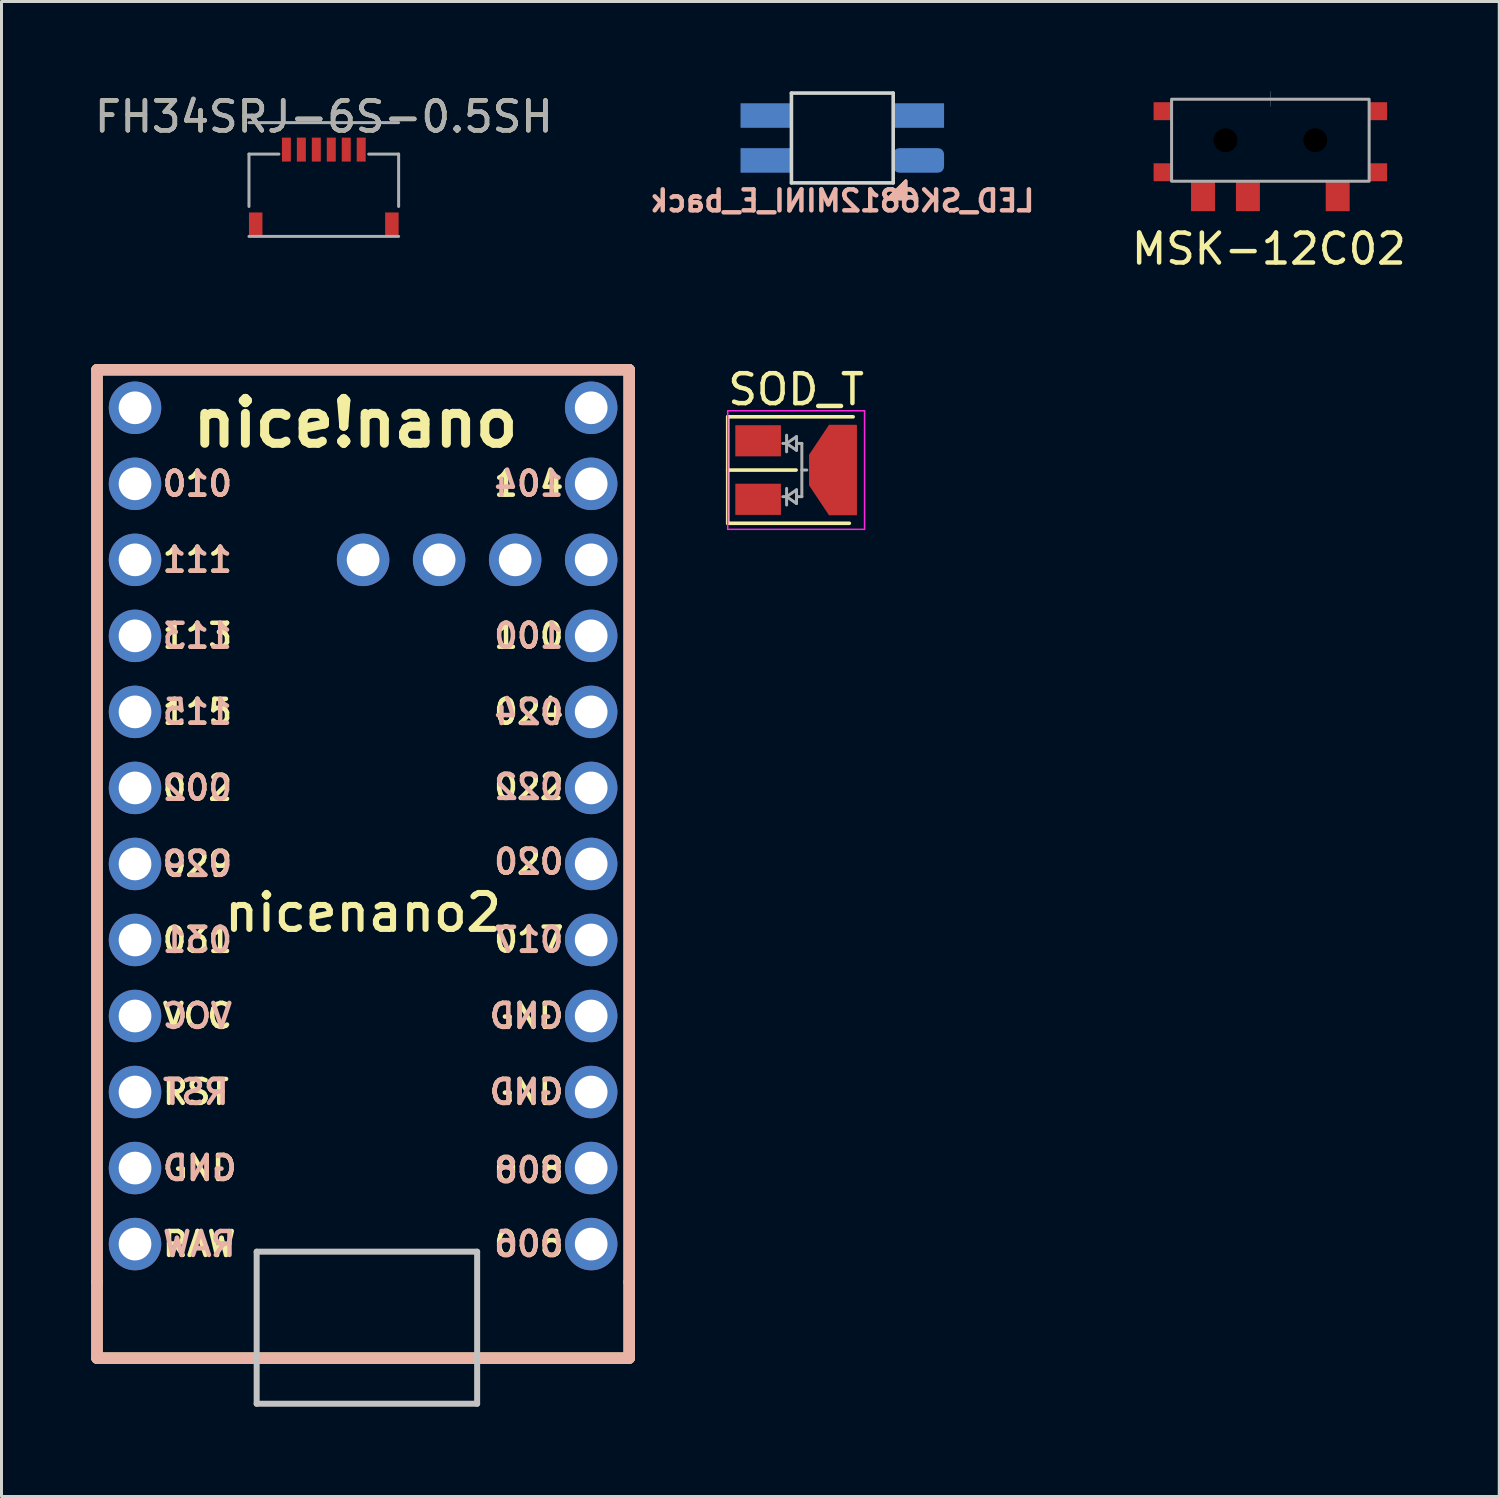
<source format=kicad_pcb>
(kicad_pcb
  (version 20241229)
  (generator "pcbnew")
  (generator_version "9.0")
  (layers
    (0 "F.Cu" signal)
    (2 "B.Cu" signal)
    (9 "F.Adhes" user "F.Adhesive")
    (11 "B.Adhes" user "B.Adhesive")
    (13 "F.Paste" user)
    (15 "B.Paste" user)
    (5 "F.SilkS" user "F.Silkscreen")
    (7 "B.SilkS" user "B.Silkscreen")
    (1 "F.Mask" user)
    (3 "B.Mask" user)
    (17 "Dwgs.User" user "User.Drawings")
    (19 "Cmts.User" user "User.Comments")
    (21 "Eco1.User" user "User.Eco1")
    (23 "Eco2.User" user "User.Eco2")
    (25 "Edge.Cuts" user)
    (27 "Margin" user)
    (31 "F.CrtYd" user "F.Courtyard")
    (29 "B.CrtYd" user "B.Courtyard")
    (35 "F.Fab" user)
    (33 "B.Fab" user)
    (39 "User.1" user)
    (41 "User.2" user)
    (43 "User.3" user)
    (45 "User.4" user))
  (footprint "SOD_T"
    (layer "F.Cu")
    (at 23.548 12.654)
    (property "Reference" "SOD_T" (at 0 -2.692 0) (unlocked yes) (layer "F.SilkS") (effects (font (size 1 1) (thickness 0.15))))
    (attr smd)
    (fp_line (start -2.286 -1.778) (end -2.286 0) (stroke (width 0.12) (type solid)) (layer "F.SilkS"))
    (fp_line (start -2.286 -1.778) (end 1.905 -1.778) (stroke (width 0.12) (type solid)) (layer "F.SilkS"))
    (fp_line (start -2.286 0) (end -2.286 1.778) (stroke (width 0.12) (type solid)) (layer "F.SilkS"))
    (fp_line (start -2.286 0) (end 0 0) (stroke (width 0.12) (type solid)) (layer "F.SilkS"))
    (fp_line (start -2.286 1.778) (end 1.778 1.778) (stroke (width 0.12) (type solid)) (layer "F.SilkS"))
    (fp_line (start -2.286 -1.981) (end -2.286 1.981) (stroke (width 0.05) (type solid)) (layer "F.CrtYd"))
    (fp_line (start -2.286 -1.981) (end 2.286 -1.981) (stroke (width 0.05) (type solid)) (layer "F.CrtYd"))
    (fp_line (start 2.286 -1.981) (end 2.286 1.981) (stroke (width 0.05) (type solid)) (layer "F.CrtYd"))
    (fp_line (start 2.286 1.981) (end -2.286 1.981) (stroke (width 0.05) (type solid)) (layer "F.CrtYd"))
    (fp_line (start -0.445 -0.889) (end -0.318 -0.889) (stroke (width 0.1) (type solid)) (layer "F.Fab"))
    (fp_line (start -0.445 0.889) (end -0.318 0.889) (stroke (width 0.1) (type solid)) (layer "F.Fab"))
    (fp_line (start -0.318 -1.164) (end -0.318 -0.61) (stroke (width 0.1) (type solid)) (layer "F.Fab"))
    (fp_line (start -0.318 -0.889) (end 0.013 -1.118) (stroke (width 0.1) (type solid)) (layer "F.Fab"))
    (fp_line (start -0.318 0.614) (end -0.318 1.168) (stroke (width 0.1) (type solid)) (layer "F.Fab"))
    (fp_line (start -0.318 0.889) (end 0.013 0.66) (stroke (width 0.1) (type solid)) (layer "F.Fab"))
    (fp_line (start 0.013 -1.118) (end 0.013 -0.66) (stroke (width 0.1) (type solid)) (layer "F.Fab"))
    (fp_line (start 0.013 -0.66) (end -0.318 -0.889) (stroke (width 0.1) (type solid)) (layer "F.Fab"))
    (fp_line (start 0.013 0.66) (end 0.013 1.118) (stroke (width 0.1) (type solid)) (layer "F.Fab"))
    (fp_line (start 0.013 1.118) (end -0.318 0.889) (stroke (width 0.1) (type solid)) (layer "F.Fab"))
    (fp_line (start 0.021 -0.889) (end 0.191 -0.889) (stroke (width 0.1) (type solid)) (layer "F.Fab"))
    (fp_line (start 0.021 0.889) (end 0.191 0.889) (stroke (width 0.1) (type solid)) (layer "F.Fab"))
    (fp_line (start 0.191 -0.889) (end 0.191 0.889) (stroke (width 0.1) (type solid)) (layer "F.Fab"))
    (fp_line (start 0.191 0) (end 0.356 0) (stroke (width 0.1) (type solid)) (layer "F.Fab"))
    (pad "1" smd rect (at -1.27 0.978) (size 1.524 1.041) (layers "F.Cu" "F.Mask" "F.Paste"))
    (pad "2" smd rect (at -1.27 -0.978) (size 1.524 1.041) (layers "F.Cu" "F.Mask" "F.Paste"))
    (pad "3" smd custom (at 1.359 0) (size 0.762 0.762) (layers "F.Cu" "F.Mask" "F.Paste") (options (anchor rect)) (primitives (gr_poly (pts (xy 0.66 1.499) (xy 0.66 -1.499) (xy -0.254 -1.499) (xy -0.914 -0.508) (xy -0.914 0.508) (xy -0.254 1.499)) (width 0.025) (fill yes)))))
  (footprint "LED_SK6812MINI_E_back"
    (layer "F.Cu")
    (at 25.091 1.56)
    (property "Reference" "LED_SK6812MINI_E_back" (at 0 2.1 0) (layer "B.SilkS") (effects (font (size 0.7 0.7) (thickness 0.15)) (justify mirror)))
    (attr through_hole)
    (fp_poly (pts (xy 2.124 1.432) (xy 2.124 2.032) (xy 1.524 2.032)) (stroke (width 0.1) (type solid)) (fill yes) (layer "F.SilkS"))
    (fp_poly (pts (xy 2.124 1.432) (xy 2.124 2.032) (xy 1.524 2.032)) (stroke (width 0.1) (type solid)) (fill yes) (layer "B.SilkS"))
    (fp_line (start -1.7 -1.5) (end 1.7 -1.5) (stroke (width 0.12) (type solid)) (layer "Edge.Cuts"))
    (fp_line (start -1.7 1.5) (end -1.7 -1.5) (stroke (width 0.12) (type solid)) (layer "Edge.Cuts"))
    (fp_line (start 1.7 -1.5) (end 1.7 1.5) (stroke (width 0.12) (type solid)) (layer "Edge.Cuts"))
    (fp_line (start 1.7 1.5) (end -1.7 1.5) (stroke (width 0.12) (type solid)) (layer "Edge.Cuts"))
    (pad "1" smd rect (at -2.55 -0.75) (size 1.7 0.82) (layers "B.Cu" "B.Mask" "B.Paste"))
    (pad "2" smd rect (at -2.55 0.75) (size 1.7 0.82) (layers "B.Cu" "B.Mask" "B.Paste"))
    (pad "3" smd roundrect (at 2.55 0.75) (size 1.7 0.82) (layers "B.Cu" "B.Mask" "B.Paste") (roundrect_rratio 0.25))
    (pad "4" smd rect (at 2.55 -0.75) (size 1.7 0.82) (layers "B.Cu" "B.Mask" "B.Paste")))
  (footprint "FH34SRJ-6S-0.5SH"
    (layer "F.Cu")
    (at 7.768 4.848)
    (property "Reference" "FH34SRJ-6S-0.5SH" (at 0 -4 0) (unlocked yes) (layer "F.SilkS") (effects (font (size 1 1) (thickness 0.15))))
    (attr smd)
    (fp_line (start -2.5 -2.75) (end -2.5 -1) (stroke (width 0.1) (type solid)) (layer "F.Fab"))
    (fp_line (start -2.5 0) (end 2.5 0) (stroke (width 0.1) (type solid)) (layer "F.Fab"))
    (fp_line (start -1.5 -2.75) (end -2.5 -2.75) (stroke (width 0.1) (type solid)) (layer "F.Fab"))
    (fp_line (start 2.5 -3.8) (end -2.5 -3.8) (stroke (width 0.1) (type solid)) (layer "F.Fab"))
    (fp_line (start 2.5 -2.75) (end 1.5 -2.75) (stroke (width 0.1) (type solid)) (layer "F.Fab"))
    (fp_line (start 2.5 -1) (end 2.5 -2.75) (stroke (width 0.1) (type solid)) (layer "F.Fab"))
    (fp_text user "${REFERENCE}" (at 0 -4 0) (unlocked yes) (layer "F.Fab") (effects (font (size 1 1) (thickness 0.15))))
    (pad "" smd rect (at -2.275 -0.4 90) (size 0.8 0.45) (layers "F.Cu" "F.Mask" "F.Paste"))
    (pad "" smd rect (at 2.275 -0.4 90) (size 0.8 0.45) (layers "F.Cu" "F.Mask" "F.Paste"))
    (pad "1" smd rect (at -1.25 -2.9 90) (size 0.8 0.3) (layers "F.Cu" "F.Mask" "F.Paste"))
    (pad "2" smd rect (at -0.75 -2.9 90) (size 0.8 0.3) (layers "F.Cu" "F.Mask" "F.Paste"))
    (pad "3" smd rect (at -0.25 -2.9 90) (size 0.8 0.3) (layers "F.Cu" "F.Mask" "F.Paste"))
    (pad "4" smd rect (at 0.25 -2.9 90) (size 0.8 0.3) (layers "F.Cu" "F.Mask" "F.Paste"))
    (pad "5" smd rect (at 0.75 -2.9 90) (size 0.8 0.3) (layers "F.Cu" "F.Mask" "F.Paste"))
    (pad "6" smd rect (at 1.25 -2.9 90) (size 0.8 0.3) (layers "F.Cu" "F.Mask" "F.Paste")))
  (footprint "nicenano2"
    (layer "F.Cu")
    (at 9.081 25.814)
    (property "Reference" "nicenano2" (at 0 1.625 0) (layer "F.SilkS") (effects (font (size 1.2 1.2) (thickness 0.203))))
    (attr through_hole)
    (fp_line (start -8.89 -16.51) (end -8.89 13.97) (stroke (width 0.381) (type solid)) (layer "F.SilkS"))
    (fp_line (start -8.89 13.97) (end -8.89 16.51) (stroke (width 0.381) (type solid)) (layer "F.SilkS"))
    (fp_line (start -8.89 16.51) (end 8.89 16.51) (stroke (width 0.381) (type solid)) (layer "F.SilkS"))
    (fp_line (start 8.89 -16.51) (end -8.89 -16.51) (stroke (width 0.381) (type solid)) (layer "F.SilkS"))
    (fp_line (start 8.89 13.97) (end 8.89 -16.51) (stroke (width 0.381) (type solid)) (layer "F.SilkS"))
    (fp_line (start 8.89 16.51) (end 8.89 13.97) (stroke (width 0.381) (type solid)) (layer "F.SilkS"))
    (fp_line (start -8.89 -16.51) (end -8.89 16.51) (stroke (width 0.381) (type solid)) (layer "B.SilkS"))
    (fp_line (start -8.89 16.51) (end 8.89 16.51) (stroke (width 0.381) (type solid)) (layer "B.SilkS"))
    (fp_line (start 8.89 -16.51) (end -8.89 -16.51) (stroke (width 0.381) (type solid)) (layer "B.SilkS"))
    (fp_line (start 8.89 16.51) (end 8.89 -16.51) (stroke (width 0.381) (type solid)) (layer "B.SilkS"))
    (fp_line (start -3.556 12.954) (end 3.81 12.954) (stroke (width 0.2) (type solid)) (layer "Dwgs.User"))
    (fp_line (start -3.556 18.034) (end -3.556 12.954) (stroke (width 0.2) (type solid)) (layer "Dwgs.User"))
    (fp_line (start 3.81 12.954) (end 3.81 18.034) (stroke (width 0.2) (type solid)) (layer "Dwgs.User"))
    (fp_line (start 3.81 18.034) (end -3.556 18.034) (stroke (width 0.2) (type solid)) (layer "Dwgs.User"))
    (fp_text user "002" (at -5.537 -2.54 180) (layer "F.SilkS") (effects (font (size 0.8 0.8) (thickness 0.15))))
    (fp_text user "020" (at 5.537 -0.07 180) (layer "F.SilkS") (effects (font (size 0.8 0.8) (thickness 0.15))))
    (fp_text user "113" (at -5.537 -7.62 180) (layer "F.SilkS") (effects (font (size 0.8 0.8) (thickness 0.15))))
    (fp_text user "GND" (at 5.461 5.08 180) (layer "F.SilkS") (effects (font (size 0.8 0.8) (thickness 0.15))))
    (fp_text user "nice!nano" (at -0.254 -14.732 180) (layer "F.SilkS") (effects (font (size 1.5 1.5) (thickness 0.3))))
    (fp_text user "115" (at -5.537 -5.08 180) (layer "F.SilkS") (effects (font (size 0.8 0.8) (thickness 0.15))))
    (fp_text user "008" (at 5.537 10.23 180) (layer "F.SilkS") (effects (font (size 0.8 0.8) (thickness 0.15))))
    (fp_text user "100" (at 5.537 -7.62 180) (layer "F.SilkS") (effects (font (size 0.8 0.8) (thickness 0.15))))
    (fp_text user "022" (at 5.537 -2.57 180) (layer "F.SilkS") (effects (font (size 0.8 0.8) (thickness 0.15))))
    (fp_text user "017" (at 5.537 2.53 180) (layer "F.SilkS") (effects (font (size 0.8 0.8) (thickness 0.15))))
    (fp_text user "VCC" (at -5.537 5.08 180) (layer "F.SilkS") (effects (font (size 0.8 0.8) (thickness 0.15))))
    (fp_text user "029" (at -5.537 0 180) (layer "F.SilkS") (effects (font (size 0.8 0.8) (thickness 0.15))))
    (fp_text user "104" (at 5.537 -12.7 180) (layer "F.SilkS") (effects (font (size 0.8 0.8) (thickness 0.15))))
    (fp_text user "031" (at -5.537 2.54 180) (layer "F.SilkS") (effects (font (size 0.8 0.8) (thickness 0.15))))
    (fp_text user "RST" (at -5.588 7.62 180) (layer "F.SilkS") (effects (font (size 0.8 0.8) (thickness 0.15))))
    (fp_text user "RAW" (at -5.474 12.7 180) (layer "F.SilkS") (effects (font (size 0.8 0.8) (thickness 0.15))))
    (fp_text user "GND" (at 5.461 7.62 180) (layer "F.SilkS") (effects (font (size 0.8 0.8) (thickness 0.15))))
    (fp_text user "006" (at 5.537 12.7 180) (layer "F.SilkS") (effects (font (size 0.8 0.8) (thickness 0.15))))
    (fp_text user "010" (at -5.537 -12.7 180) (layer "F.SilkS") (effects (font (size 0.8 0.8) (thickness 0.15))))
    (fp_text user "GND" (at -5.455 10.16 180) (layer "F.SilkS") (effects (font (size 0.8 0.8) (thickness 0.15))))
    (fp_text user "111" (at -5.537 -10.16 180) (layer "F.SilkS") (effects (font (size 0.8 0.8) (thickness 0.15))))
    (fp_text user "024" (at 5.537 -5.08 180) (layer "F.SilkS") (effects (font (size 0.8 0.8) (thickness 0.15))))
    (fp_text user "RST" (at -5.588 7.62 180) (layer "B.SilkS") (effects (font (size 0.8 0.8) (thickness 0.15)) (justify mirror)))
    (fp_text user "104" (at 5.537 -12.7 180) (layer "B.SilkS") (effects (font (size 0.8 0.8) (thickness 0.15)) (justify mirror)))
    (fp_text user "002" (at -5.537 -2.54 180) (layer "B.SilkS") (effects (font (size 0.8 0.8) (thickness 0.15)) (justify mirror)))
    (fp_text user "VCC" (at -5.537 5.08 180) (layer "B.SilkS") (effects (font (size 0.8 0.8) (thickness 0.15)) (justify mirror)))
    (fp_text user "GND" (at -5.455 10.16 180) (layer "B.SilkS") (effects (font (size 0.8 0.8) (thickness 0.15)) (justify mirror)))
    (fp_text user "008" (at 5.537 10.23 180) (layer "B.SilkS") (effects (font (size 0.8 0.8) (thickness 0.15)) (justify mirror)))
    (fp_text user "006" (at 5.537 12.7 180) (layer "B.SilkS") (effects (font (size 0.8 0.8) (thickness 0.15)) (justify mirror)))
    (fp_text user "020" (at 5.537 -0.07 180) (layer "B.SilkS") (effects (font (size 0.8 0.8) (thickness 0.15)) (justify mirror)))
    (fp_text user "GND" (at 5.461 5.08 180) (layer "B.SilkS") (effects (font (size 0.8 0.8) (thickness 0.15)) (justify mirror)))
    (fp_text user "022" (at 5.537 -2.57 180) (layer "B.SilkS") (effects (font (size 0.8 0.8) (thickness 0.15)) (justify mirror)))
    (fp_text user "029" (at -5.537 0 180) (layer "B.SilkS") (effects (font (size 0.8 0.8) (thickness 0.15)) (justify mirror)))
    (fp_text user "RAW" (at -5.474 12.7 180) (layer "B.SilkS") (effects (font (size 0.8 0.8) (thickness 0.15)) (justify mirror)))
    (fp_text user "017" (at 5.537 2.54 180) (layer "B.SilkS") (effects (font (size 0.8 0.8) (thickness 0.15)) (justify mirror)))
    (fp_text user "GND" (at 5.461 7.62 180) (layer "B.SilkS") (effects (font (size 0.8 0.8) (thickness 0.15)) (justify mirror)))
    (fp_text user "115" (at -5.537 -5.08 180) (layer "B.SilkS") (effects (font (size 0.8 0.8) (thickness 0.15)) (justify mirror)))
    (fp_text user "100" (at 5.537 -7.62 180) (layer "B.SilkS") (effects (font (size 0.8 0.8) (thickness 0.15)) (justify mirror)))
    (fp_text user "010" (at -5.537 -12.7 180) (layer "B.SilkS") (effects (font (size 0.8 0.8) (thickness 0.15)) (justify mirror)))
    (fp_text user "024" (at 5.537 -5.07 180) (layer "B.SilkS") (effects (font (size 0.8 0.8) (thickness 0.15)) (justify mirror)))
    (fp_text user "031" (at -5.537 2.54 180) (layer "B.SilkS") (effects (font (size 0.8 0.8) (thickness 0.15)) (justify mirror)))
    (fp_text user "111" (at -5.537 -10.16 180) (layer "B.SilkS") (effects (font (size 0.8 0.8) (thickness 0.15)) (justify mirror)))
    (fp_text user "113" (at -5.537 -7.62 180) (layer "B.SilkS") (effects (font (size 0.8 0.8) (thickness 0.15)) (justify mirror)))
    (pad "1" thru_hole circle (at 7.62 12.7 90) (size 1.753 1.753) (drill 1.092) (layers "*.Cu" "*.Mask"))
    (pad "2" thru_hole circle (at 7.62 10.16 90) (size 1.753 1.753) (drill 1.092) (layers "*.Cu" "*.Mask"))
    (pad "3" thru_hole circle (at 7.62 7.62 90) (size 1.753 1.753) (drill 1.092) (layers "*.Cu" "*.Mask"))
    (pad "4" thru_hole circle (at 7.62 5.08 90) (size 1.753 1.753) (drill 1.092) (layers "*.Cu" "*.Mask"))
    (pad "5" thru_hole circle (at 7.62 2.54 90) (size 1.753 1.753) (drill 1.092) (layers "*.Cu" "*.Mask"))
    (pad "6" thru_hole circle (at 7.62 0 90) (size 1.753 1.753) (drill 1.092) (layers "*.Cu" "*.Mask"))
    (pad "7" thru_hole circle (at 7.62 -2.54 90) (size 1.753 1.753) (drill 1.092) (layers "*.Cu" "*.Mask"))
    (pad "8" thru_hole circle (at 7.62 -5.08 90) (size 1.753 1.753) (drill 1.092) (layers "*.Cu" "*.Mask"))
    (pad "9" thru_hole circle (at 7.62 -7.62 90) (size 1.753 1.753) (drill 1.092) (layers "*.Cu" "*.Mask"))
    (pad "10" thru_hole circle (at 7.62 -10.16 90) (size 1.753 1.753) (drill 1.092) (layers "*.Cu" "*.Mask"))
    (pad "11" thru_hole circle (at 7.62 -12.7 90) (size 1.753 1.753) (drill 1.092) (layers "*.Cu" "*.Mask"))
    (pad "12" thru_hole circle (at 7.62 -15.24 90) (size 1.753 1.753) (drill 1.092) (layers "*.Cu" "*.Mask"))
    (pad "13" thru_hole circle (at -7.62 -15.24 90) (size 1.753 1.753) (drill 1.092) (layers "*.Cu" "*.Mask"))
    (pad "14" thru_hole circle (at -7.62 -12.7 90) (size 1.753 1.753) (drill 1.092) (layers "*.Cu" "*.Mask"))
    (pad "15" thru_hole circle (at -7.62 -10.16 90) (size 1.753 1.753) (drill 1.092) (layers "*.Cu" "*.Mask"))
    (pad "16" thru_hole circle (at -7.62 -7.62 90) (size 1.753 1.753) (drill 1.092) (layers "*.Cu" "*.Mask"))
    (pad "17" thru_hole circle (at -7.62 -5.08 90) (size 1.753 1.753) (drill 1.092) (layers "*.Cu" "*.Mask"))
    (pad "18" thru_hole circle (at -7.62 -2.54 90) (size 1.753 1.753) (drill 1.092) (layers "*.Cu" "*.Mask"))
    (pad "19" thru_hole circle (at -7.62 0 90) (size 1.753 1.753) (drill 1.092) (layers "*.Cu" "*.Mask"))
    (pad "20" thru_hole circle (at -7.62 2.54 90) (size 1.753 1.753) (drill 1.092) (layers "*.Cu" "*.Mask"))
    (pad "21" thru_hole circle (at -7.62 5.08 90) (size 1.753 1.753) (drill 1.092) (layers "*.Cu" "*.Mask"))
    (pad "22" thru_hole circle (at -7.62 7.62 90) (size 1.753 1.753) (drill 1.092) (layers "*.Cu" "*.Mask"))
    (pad "23" thru_hole circle (at -7.62 10.16 90) (size 1.753 1.753) (drill 1.092) (layers "*.Cu" "*.Mask"))
    (pad "24" thru_hole circle (at -7.62 12.7 90) (size 1.753 1.753) (drill 1.092) (layers "*.Cu" "*.Mask"))
    (pad "31" thru_hole circle (at 5.08 -10.16 90) (size 1.753 1.753) (drill 1.092) (layers "*.Cu" "*.Mask"))
    (pad "32" thru_hole circle (at 2.54 -10.16 90) (size 1.753 1.753) (drill 1.092) (layers "*.Cu" "*.Mask"))
    (pad "33" thru_hole circle (at 0 -10.16 90) (size 1.753 1.753) (drill 1.092) (layers "*.Cu" "*.Mask")))
  (footprint "MSK-12C02"
    (layer "F.Cu")
    (at 39.392 0.265)
    (property "Reference" "MSK-12C02" (at -0.05 5 0) (unlocked yes) (layer "F.SilkS") (effects (font (size 1 1) (thickness 0.15))))
    (fp_line (start 0 -0.26) (end 0 0.24) (stroke (width 0.01) (type solid)) (layer "F.Fab"))
    (fp_rect (start 3.3 2.74) (end -3.3 0) (stroke (width 0.1) (type solid)) (fill no) (layer "F.Fab"))
    (pad "" smd rect (at -3.6 0.4) (size 0.6 0.6) (layers "F.Cu" "F.Paste"))
    (pad "" smd rect (at -3.6 2.44) (size 0.6 0.6) (layers "F.Cu" "F.Mask" "F.Paste"))
    (pad "" np_thru_hole circle (at -1.5 1.37) (size 0.8 0.8) (drill 0.8) (layers "*.Mask"))
    (pad "" np_thru_hole circle (at 1.5 1.37) (size 0.8 0.8) (drill 0.8) (layers "*.Mask"))
    (pad "" smd rect (at 3.6 0.4) (size 0.6 0.6) (layers "F.Cu" "F.Mask" "F.Paste"))
    (pad "" smd rect (at 3.6 2.44) (size 0.6 0.6) (layers "F.Cu" "F.Mask" "F.Paste"))
    (pad "1" smd rect (at 2.25 3.24) (size 0.8 1) (layers "F.Cu" "F.Mask" "F.Paste"))
    (pad "2" smd rect (at -0.75 3.24) (size 0.8 1) (layers "F.Cu" "F.Mask" "F.Paste"))
    (pad "3" smd rect (at -2.25 3.24) (size 0.8 1) (layers "F.Cu" "F.Mask" "F.Paste")))
  (gr_rect
    (start -3 -3)
    (end 47.039 46.948)
    (stroke (width 0.1) (type default))
    (fill no)
    (layer "Edge.Cuts")))
</source>
